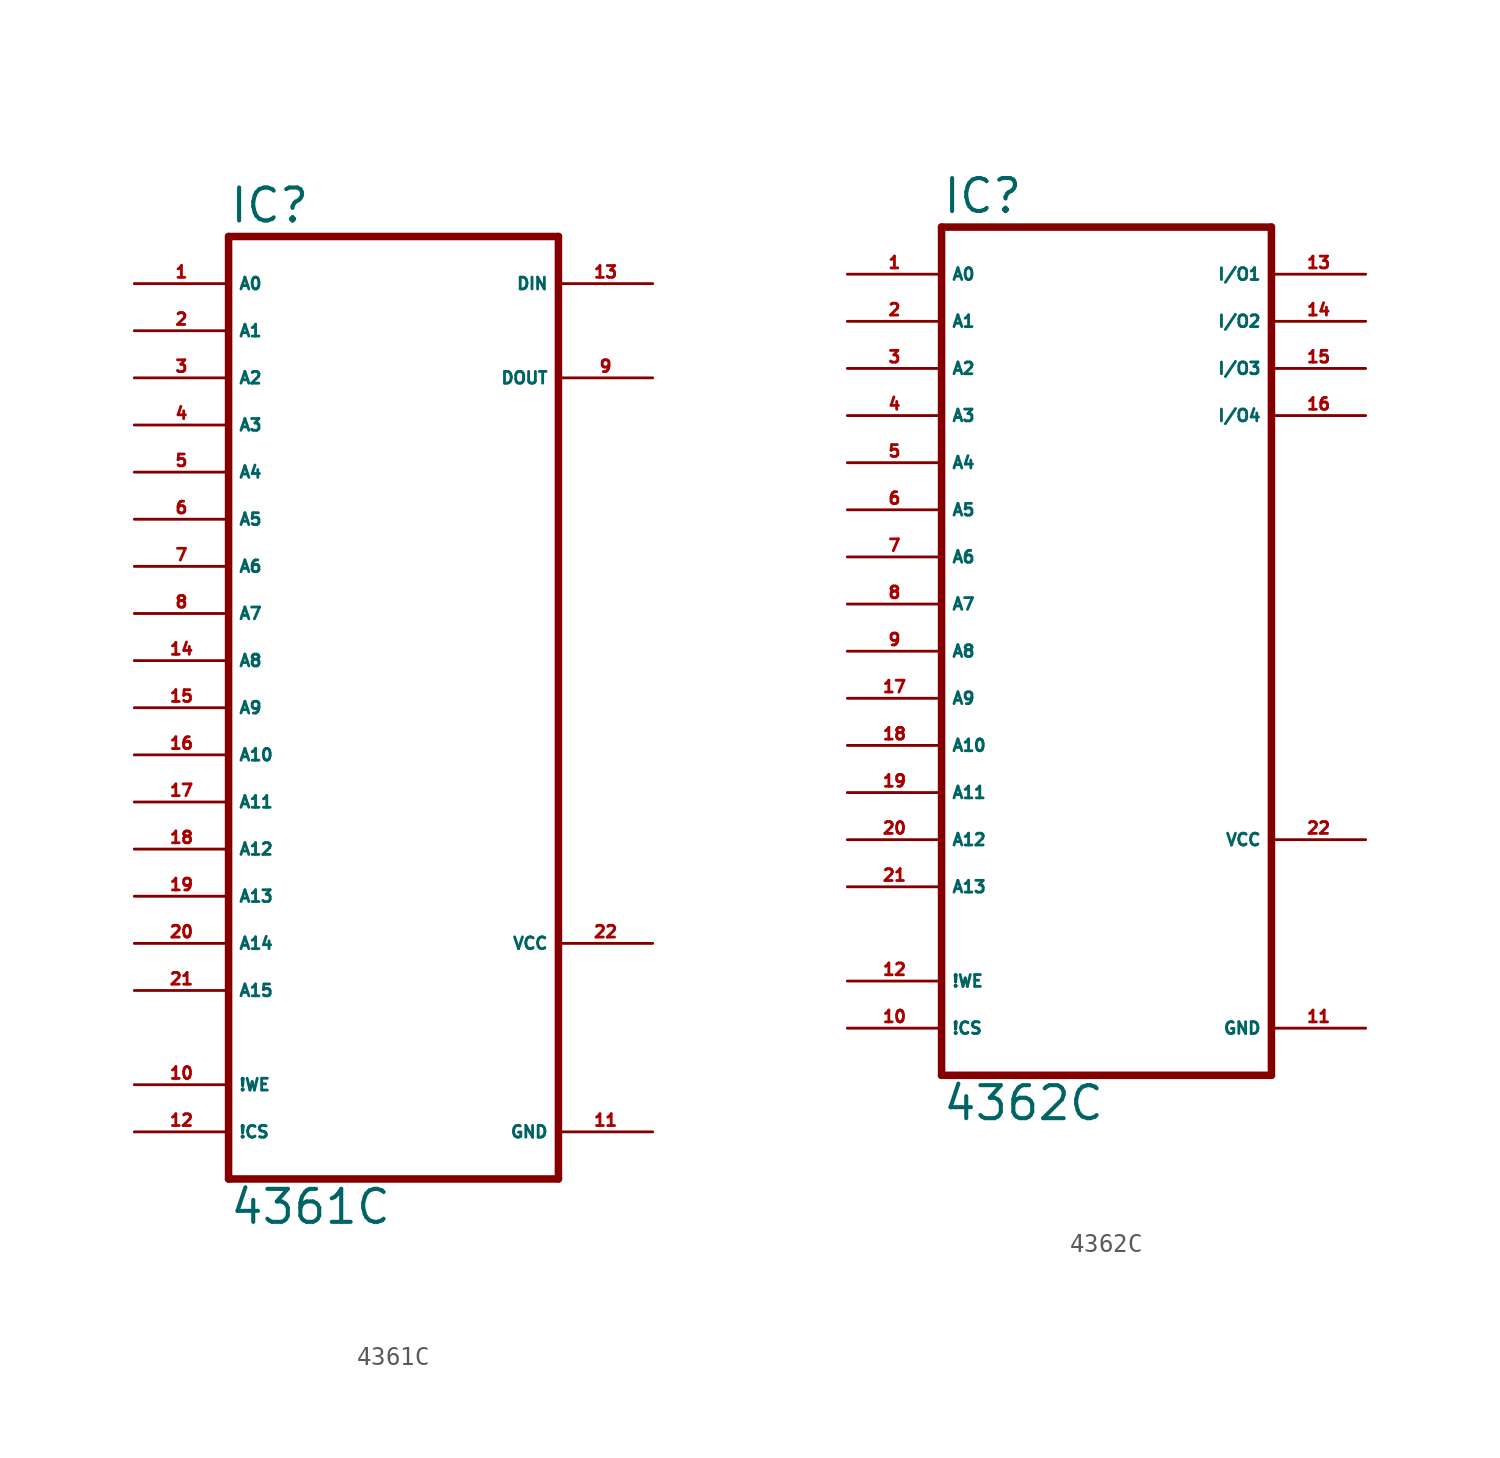
<source format=kicad_sym>
(kicad_symbol_lib
  (version 20220914)
  (generator Eagle2Kicad)
  (symbol "4361C"
    (property "Reference" "IC"
      (at -7.62 26.035 0)
      (effects (font (size 1.778 1.778) (thickness 0.22)) (justify left bottom)))
    (property "Value" "4361C"
      (at -7.62 -27.94 0)
      (effects (font (size 1.778 1.778) (thickness 0.22)) (justify left bottom)))
    (polyline
      (pts (xy -7.62 25.4) (xy 10.16 25.4))
      (stroke (width 0.406) (type default))
      (fill (type none)))
    (polyline
      (pts (xy 10.16 -25.4) (xy 10.16 25.4))
      (stroke (width 0.406) (type default))
      (fill (type none)))
    (polyline
      (pts (xy 10.16 -25.4) (xy -7.62 -25.4))
      (stroke (width 0.406) (type default))
      (fill (type none)))
    (polyline
      (pts (xy -7.62 25.4) (xy -7.62 -25.4))
      (stroke (width 0.406) (type default))
      (fill (type none)))
    (pin input line
      (at -12.7 22.86 0)
      (length 5.08)
      (name "A0" (effects (font (size 0.635 0.635) (thickness 0.08)) (justify left bottom)))
      (number "1" (effects (font (size 0.635 0.635) (thickness 0.08)) (justify left bottom))))
    (pin input line
      (at -12.7 20.32 0)
      (length 5.08)
      (name "A1" (effects (font (size 0.635 0.635) (thickness 0.08)) (justify left bottom)))
      (number "2" (effects (font (size 0.635 0.635) (thickness 0.08)) (justify left bottom))))
    (pin input line
      (at -12.7 17.78 0)
      (length 5.08)
      (name "A2" (effects (font (size 0.635 0.635) (thickness 0.08)) (justify left bottom)))
      (number "3" (effects (font (size 0.635 0.635) (thickness 0.08)) (justify left bottom))))
    (pin input line
      (at -12.7 15.24 0)
      (length 5.08)
      (name "A3" (effects (font (size 0.635 0.635) (thickness 0.08)) (justify left bottom)))
      (number "4" (effects (font (size 0.635 0.635) (thickness 0.08)) (justify left bottom))))
    (pin input line
      (at -12.7 12.7 0)
      (length 5.08)
      (name "A4" (effects (font (size 0.635 0.635) (thickness 0.08)) (justify left bottom)))
      (number "5" (effects (font (size 0.635 0.635) (thickness 0.08)) (justify left bottom))))
    (pin input line
      (at -12.7 10.16 0)
      (length 5.08)
      (name "A5" (effects (font (size 0.635 0.635) (thickness 0.08)) (justify left bottom)))
      (number "6" (effects (font (size 0.635 0.635) (thickness 0.08)) (justify left bottom))))
    (pin input line
      (at -12.7 7.62 0)
      (length 5.08)
      (name "A6" (effects (font (size 0.635 0.635) (thickness 0.08)) (justify left bottom)))
      (number "7" (effects (font (size 0.635 0.635) (thickness 0.08)) (justify left bottom))))
    (pin input line
      (at -12.7 5.08 0)
      (length 5.08)
      (name "A7" (effects (font (size 0.635 0.635) (thickness 0.08)) (justify left bottom)))
      (number "8" (effects (font (size 0.635 0.635) (thickness 0.08)) (justify left bottom))))
    (pin input line
      (at -12.7 2.54 0)
      (length 5.08)
      (name "A8" (effects (font (size 0.635 0.635) (thickness 0.08)) (justify left bottom)))
      (number "14" (effects (font (size 0.635 0.635) (thickness 0.08)) (justify left bottom))))
    (pin input line
      (at -12.7 0 0)
      (length 5.08)
      (name "A9" (effects (font (size 0.635 0.635) (thickness 0.08)) (justify left bottom)))
      (number "15" (effects (font (size 0.635 0.635) (thickness 0.08)) (justify left bottom))))
    (pin input line
      (at -12.7 -2.54 0)
      (length 5.08)
      (name "A10" (effects (font (size 0.635 0.635) (thickness 0.08)) (justify left bottom)))
      (number "16" (effects (font (size 0.635 0.635) (thickness 0.08)) (justify left bottom))))
    (pin input line
      (at -12.7 -5.08 0)
      (length 5.08)
      (name "A11" (effects (font (size 0.635 0.635) (thickness 0.08)) (justify left bottom)))
      (number "17" (effects (font (size 0.635 0.635) (thickness 0.08)) (justify left bottom))))
    (pin input line
      (at -12.7 -7.62 0)
      (length 5.08)
      (name "A12" (effects (font (size 0.635 0.635) (thickness 0.08)) (justify left bottom)))
      (number "18" (effects (font (size 0.635 0.635) (thickness 0.08)) (justify left bottom))))
    (pin input line
      (at -12.7 -10.16 0)
      (length 5.08)
      (name "A13" (effects (font (size 0.635 0.635) (thickness 0.08)) (justify left bottom)))
      (number "19" (effects (font (size 0.635 0.635) (thickness 0.08)) (justify left bottom))))
    (pin input line
      (at -12.7 -12.7 0)
      (length 5.08)
      (name "A14" (effects (font (size 0.635 0.635) (thickness 0.08)) (justify left bottom)))
      (number "20" (effects (font (size 0.635 0.635) (thickness 0.08)) (justify left bottom))))
    (pin input line
      (at -12.7 -15.24 0)
      (length 5.08)
      (name "A15" (effects (font (size 0.635 0.635) (thickness 0.08)) (justify left bottom)))
      (number "21" (effects (font (size 0.635 0.635) (thickness 0.08)) (justify left bottom))))
    (pin input line
      (at -12.7 -22.86 0)
      (length 5.08)
      (name "!CS" (effects (font (size 0.635 0.635) (thickness 0.08)) (justify left bottom)))
      (number "12" (effects (font (size 0.635 0.635) (thickness 0.08)) (justify left bottom))))
    (pin input line
      (at -12.7 -20.32 0)
      (length 5.08)
      (name "!WE" (effects (font (size 0.635 0.635) (thickness 0.08)) (justify left bottom)))
      (number "10" (effects (font (size 0.635 0.635) (thickness 0.08)) (justify left bottom))))
    (pin tri_state line
      (at 15.24 17.78 180)
      (length 5.08)
      (name "DOUT" (effects (font (size 0.635 0.635) (thickness 0.08)) (justify left bottom)))
      (number "9" (effects (font (size 0.635 0.635) (thickness 0.08)) (justify left bottom))))
    (pin input line
      (at 15.24 22.86 180)
      (length 5.08)
      (name "DIN" (effects (font (size 0.635 0.635) (thickness 0.08)) (justify left bottom)))
      (number "13" (effects (font (size 0.635 0.635) (thickness 0.08)) (justify left bottom))))
    (pin unspecified line
      (at 15.24 -22.86 180)
      (length 5.08)
      (name "GND" (effects (font (size 0.635 0.635) (thickness 0.08)) (justify left bottom)))
      (number "11" (effects (font (size 0.635 0.635) (thickness 0.08)) (justify left bottom))))
    (pin unspecified line
      (at 15.24 -12.7 180)
      (length 5.08)
      (name "VCC" (effects (font (size 0.635 0.635) (thickness 0.08)) (justify left bottom)))
      (number "22" (effects (font (size 0.635 0.635) (thickness 0.08)) (justify left bottom)))))
  (symbol "4362C"
    (property "Reference" "IC"
      (at -7.62 15.875 0)
      (effects (font (size 1.778 1.778) (thickness 0.22)) (justify left bottom)))
    (property "Value" "4362C"
      (at -7.62 -33.02 0)
      (effects (font (size 1.778 1.778) (thickness 0.22)) (justify left bottom)))
    (polyline
      (pts (xy -7.62 15.24) (xy 10.16 15.24))
      (stroke (width 0.406) (type default))
      (fill (type none)))
    (polyline
      (pts (xy 10.16 -30.48) (xy 10.16 15.24))
      (stroke (width 0.406) (type default))
      (fill (type none)))
    (polyline
      (pts (xy 10.16 -30.48) (xy -7.62 -30.48))
      (stroke (width 0.406) (type default))
      (fill (type none)))
    (polyline
      (pts (xy -7.62 15.24) (xy -7.62 -30.48))
      (stroke (width 0.406) (type default))
      (fill (type none)))
    (pin input line
      (at -12.7 12.7 0)
      (length 5.08)
      (name "A0" (effects (font (size 0.635 0.635) (thickness 0.08)) (justify left bottom)))
      (number "1" (effects (font (size 0.635 0.635) (thickness 0.08)) (justify left bottom))))
    (pin input line
      (at -12.7 10.16 0)
      (length 5.08)
      (name "A1" (effects (font (size 0.635 0.635) (thickness 0.08)) (justify left bottom)))
      (number "2" (effects (font (size 0.635 0.635) (thickness 0.08)) (justify left bottom))))
    (pin input line
      (at -12.7 7.62 0)
      (length 5.08)
      (name "A2" (effects (font (size 0.635 0.635) (thickness 0.08)) (justify left bottom)))
      (number "3" (effects (font (size 0.635 0.635) (thickness 0.08)) (justify left bottom))))
    (pin input line
      (at -12.7 5.08 0)
      (length 5.08)
      (name "A3" (effects (font (size 0.635 0.635) (thickness 0.08)) (justify left bottom)))
      (number "4" (effects (font (size 0.635 0.635) (thickness 0.08)) (justify left bottom))))
    (pin input line
      (at -12.7 2.54 0)
      (length 5.08)
      (name "A4" (effects (font (size 0.635 0.635) (thickness 0.08)) (justify left bottom)))
      (number "5" (effects (font (size 0.635 0.635) (thickness 0.08)) (justify left bottom))))
    (pin input line
      (at -12.7 0 0)
      (length 5.08)
      (name "A5" (effects (font (size 0.635 0.635) (thickness 0.08)) (justify left bottom)))
      (number "6" (effects (font (size 0.635 0.635) (thickness 0.08)) (justify left bottom))))
    (pin input line
      (at -12.7 -2.54 0)
      (length 5.08)
      (name "A6" (effects (font (size 0.635 0.635) (thickness 0.08)) (justify left bottom)))
      (number "7" (effects (font (size 0.635 0.635) (thickness 0.08)) (justify left bottom))))
    (pin input line
      (at -12.7 -5.08 0)
      (length 5.08)
      (name "A7" (effects (font (size 0.635 0.635) (thickness 0.08)) (justify left bottom)))
      (number "8" (effects (font (size 0.635 0.635) (thickness 0.08)) (justify left bottom))))
    (pin input line
      (at -12.7 -7.62 0)
      (length 5.08)
      (name "A8" (effects (font (size 0.635 0.635) (thickness 0.08)) (justify left bottom)))
      (number "9" (effects (font (size 0.635 0.635) (thickness 0.08)) (justify left bottom))))
    (pin input line
      (at -12.7 -10.16 0)
      (length 5.08)
      (name "A9" (effects (font (size 0.635 0.635) (thickness 0.08)) (justify left bottom)))
      (number "17" (effects (font (size 0.635 0.635) (thickness 0.08)) (justify left bottom))))
    (pin input line
      (at -12.7 -12.7 0)
      (length 5.08)
      (name "A10" (effects (font (size 0.635 0.635) (thickness 0.08)) (justify left bottom)))
      (number "18" (effects (font (size 0.635 0.635) (thickness 0.08)) (justify left bottom))))
    (pin input line
      (at -12.7 -15.24 0)
      (length 5.08)
      (name "A11" (effects (font (size 0.635 0.635) (thickness 0.08)) (justify left bottom)))
      (number "19" (effects (font (size 0.635 0.635) (thickness 0.08)) (justify left bottom))))
    (pin input line
      (at -12.7 -17.78 0)
      (length 5.08)
      (name "A12" (effects (font (size 0.635 0.635) (thickness 0.08)) (justify left bottom)))
      (number "20" (effects (font (size 0.635 0.635) (thickness 0.08)) (justify left bottom))))
    (pin input line
      (at -12.7 -20.32 0)
      (length 5.08)
      (name "A13" (effects (font (size 0.635 0.635) (thickness 0.08)) (justify left bottom)))
      (number "21" (effects (font (size 0.635 0.635) (thickness 0.08)) (justify left bottom))))
    (pin bidirectional line
      (at 15.24 5.08 180)
      (length 5.08)
      (name "I/O4" (effects (font (size 0.635 0.635) (thickness 0.08)) (justify left bottom)))
      (number "16" (effects (font (size 0.635 0.635) (thickness 0.08)) (justify left bottom))))
    (pin bidirectional line
      (at 15.24 7.62 180)
      (length 5.08)
      (name "I/O3" (effects (font (size 0.635 0.635) (thickness 0.08)) (justify left bottom)))
      (number "15" (effects (font (size 0.635 0.635) (thickness 0.08)) (justify left bottom))))
    (pin bidirectional line
      (at 15.24 10.16 180)
      (length 5.08)
      (name "I/O2" (effects (font (size 0.635 0.635) (thickness 0.08)) (justify left bottom)))
      (number "14" (effects (font (size 0.635 0.635) (thickness 0.08)) (justify left bottom))))
    (pin bidirectional line
      (at 15.24 12.7 180)
      (length 5.08)
      (name "I/O1" (effects (font (size 0.635 0.635) (thickness 0.08)) (justify left bottom)))
      (number "13" (effects (font (size 0.635 0.635) (thickness 0.08)) (justify left bottom))))
    (pin input line
      (at -12.7 -27.94 0)
      (length 5.08)
      (name "!CS" (effects (font (size 0.635 0.635) (thickness 0.08)) (justify left bottom)))
      (number "10" (effects (font (size 0.635 0.635) (thickness 0.08)) (justify left bottom))))
    (pin input line
      (at -12.7 -25.4 0)
      (length 5.08)
      (name "!WE" (effects (font (size 0.635 0.635) (thickness 0.08)) (justify left bottom)))
      (number "12" (effects (font (size 0.635 0.635) (thickness 0.08)) (justify left bottom))))
    (pin unspecified line
      (at 15.24 -27.94 180)
      (length 5.08)
      (name "GND" (effects (font (size 0.635 0.635) (thickness 0.08)) (justify left bottom)))
      (number "11" (effects (font (size 0.635 0.635) (thickness 0.08)) (justify left bottom))))
    (pin unspecified line
      (at 15.24 -17.78 180)
      (length 5.08)
      (name "VCC" (effects (font (size 0.635 0.635) (thickness 0.08)) (justify left bottom)))
      (number "22" (effects (font (size 0.635 0.635) (thickness 0.08)) (justify left bottom))))))
</source>
